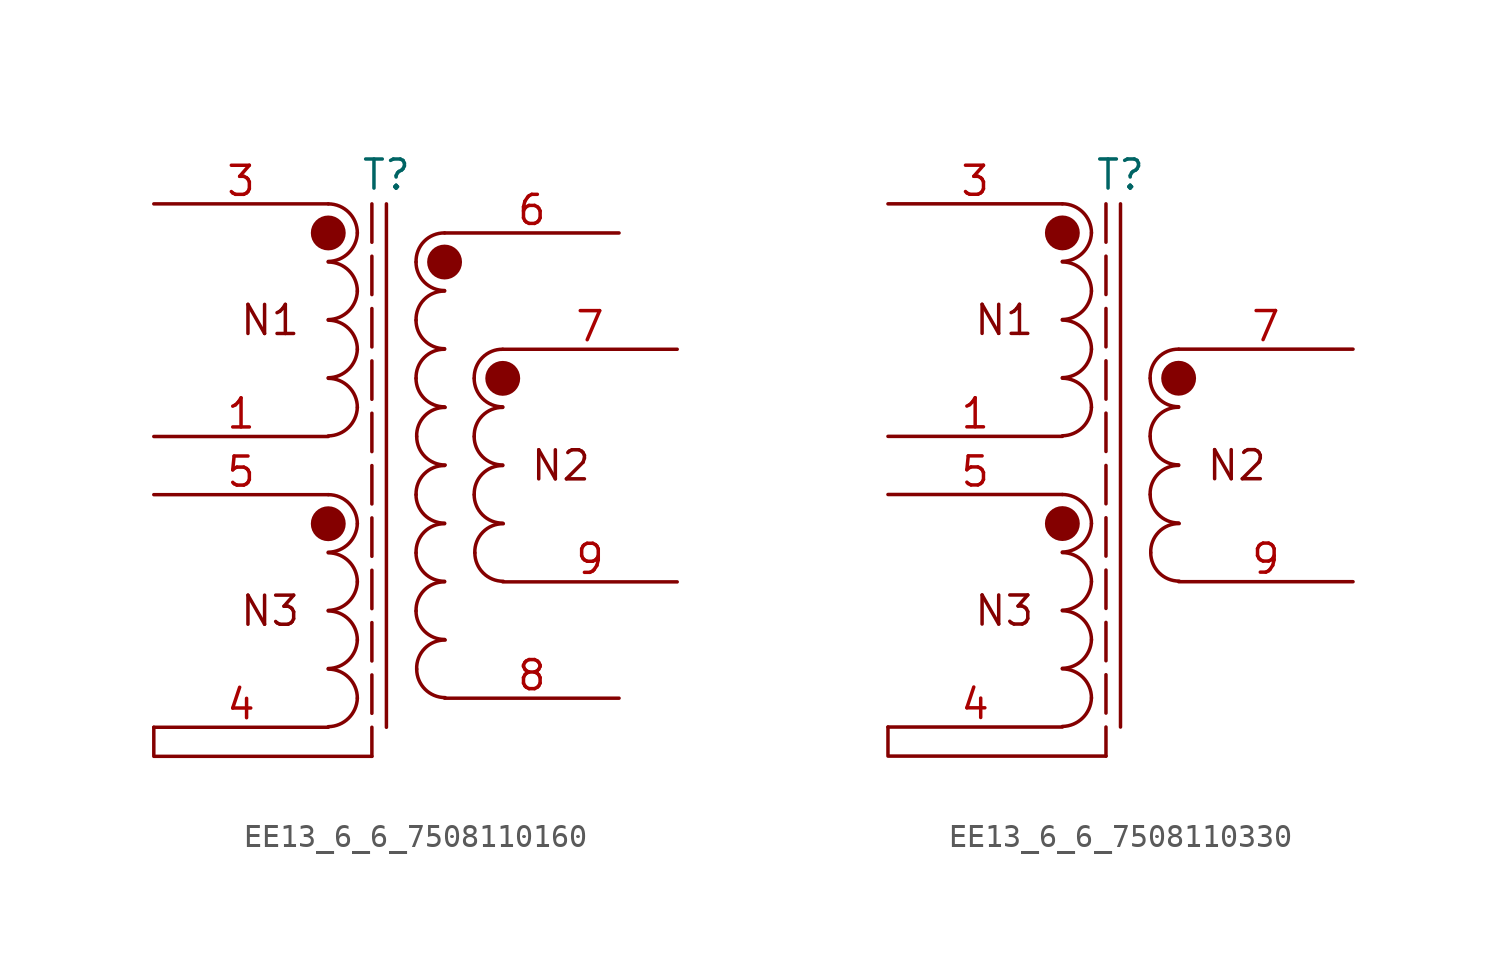
<source format=kicad_sym>
(kicad_symbol_lib
  (version 20220914)
  (generator kicad_symbol_editor)
  (symbol "EE13_6_6_7508110160"
    (pin_names hide)
    (property "Reference" "T"
      (at 0 12.7 0)
      (effects (font (size 1.27 1.27))))
    (symbol "EE13_6_6_7508110160_0_1"
      (arc (start -2.54 -11.4046) (mid -1.6561 -11.0363) (end -1.27 -10.16) (stroke (width 0) (type default)) (fill (type none)))
      (arc (start -2.54 -8.8646) (mid -1.6561 -8.4963) (end -1.27 -7.62) (stroke (width 0) (type default)) (fill (type none)))
      (arc (start -2.54 -6.3246) (mid -1.6561 -5.9563) (end -1.27 -5.08) (stroke (width 0) (type default)) (fill (type none)))
      (arc (start -2.54 -3.7846) (mid -1.6561 -3.4163) (end -1.27 -2.54) (stroke (width 0) (type default)) (fill (type none)))
      (arc (start -2.54 1.2954) (mid -1.6561 1.6637) (end -1.27 2.54) (stroke (width 0) (type default)) (fill (type none)))
      (arc (start -2.54 3.8354) (mid -1.6561 4.2037) (end -1.27 5.08) (stroke (width 0) (type default)) (fill (type none)))
      (arc (start -2.54 6.3754) (mid -1.6561 6.7437) (end -1.27 7.62) (stroke (width 0) (type default)) (fill (type none)))
      (arc (start -2.54 8.9154) (mid -1.6561 9.2837) (end -1.27 10.16) (stroke (width 0) (type default)) (fill (type none)))
      (arc (start -1.27 -10.16) (mid -1.642 -9.262) (end -2.54 -8.89) (stroke (width 0) (type default)) (fill (type none)))
      (arc (start -1.27 -7.62) (mid -1.642 -6.722) (end -2.54 -6.35) (stroke (width 0) (type default)) (fill (type none)))
      (arc (start -1.27 -5.08) (mid -1.642 -4.182) (end -2.54 -3.81) (stroke (width 0) (type default)) (fill (type none)))
      (arc (start -1.27 -2.54) (mid -1.642 -1.642) (end -2.54 -1.27) (stroke (width 0) (type default)) (fill (type none)))
      (arc (start -1.27 2.54) (mid -1.642 3.438) (end -2.54 3.81) (stroke (width 0) (type default)) (fill (type none)))
      (arc (start -1.27 5.08) (mid -1.642 5.978) (end -2.54 6.35) (stroke (width 0) (type default)) (fill (type none)))
      (arc (start -1.27 7.62) (mid -1.642 8.518) (end -2.54 8.89) (stroke (width 0) (type default)) (fill (type none)))
      (arc (start -1.27 10.16) (mid -1.642 11.058) (end -2.54 11.43) (stroke (width 0) (type default)) (fill (type none)))
      (polyline (pts (xy 0 11.43) (xy 0 -11.43)) (stroke (width 0) (type default)) (fill (type none)))
      (polyline (pts (xy -10.16 -11.43) (xy -10.16 -12.7) (xy -0.635 -12.7)) (stroke (width 0) (type default)) (fill (type none)))
      (arc (start 1.2954 -6.35) (mid 1.6599 -7.2301) (end 2.54 -7.5946) (stroke (width 0) (type default)) (fill (type none)))
      (arc (start 1.2954 -3.81) (mid 1.6599 -4.6901) (end 2.54 -5.0546) (stroke (width 0) (type default)) (fill (type none)))
      (arc (start 1.2954 -1.27) (mid 1.6599 -2.1501) (end 2.54 -2.5146) (stroke (width 0) (type default)) (fill (type none)))
      (arc (start 1.2954 3.81) (mid 1.6599 2.9299) (end 2.54 2.5654) (stroke (width 0) (type default)) (fill (type none)))
      (arc (start 1.2954 6.35) (mid 1.6599 5.4699) (end 2.54 5.1054) (stroke (width 0) (type default)) (fill (type none)))
      (arc (start 1.2954 8.89) (mid 1.6599 8.0099) (end 2.54 7.6454) (stroke (width 0) (type default)) (fill (type none)))
      (arc (start 1.3208 -8.89) (mid 1.6853 -9.7703) (end 2.5654 -10.1346) (stroke (width 0) (type default)) (fill (type none)))
      (arc (start 1.3208 1.27) (mid 1.6853 0.3897) (end 2.5654 0.0254) (stroke (width 0) (type default)) (fill (type none)))
      (arc (start 2.54 -5.08) (mid 1.6458 -5.4485) (end 1.2954 -6.35) (stroke (width 0) (type default)) (fill (type none)))
      (arc (start 2.54 -2.54) (mid 1.6458 -2.9085) (end 1.2954 -3.81) (stroke (width 0) (type default)) (fill (type none)))
      (arc (start 2.54 0) (mid 1.6458 -0.3685) (end 1.2954 -1.27) (stroke (width 0) (type default)) (fill (type none)))
      (arc (start 2.54 5.08) (mid 1.6458 4.7115) (end 1.2954 3.81) (stroke (width 0) (type default)) (fill (type none)))
      (arc (start 2.54 7.62) (mid 1.6458 7.2515) (end 1.2954 6.35) (stroke (width 0) (type default)) (fill (type none)))
      (arc (start 2.54 10.16) (mid 1.6458 9.7915) (end 1.2954 8.89) (stroke (width 0) (type default)) (fill (type none)))
      (arc (start 2.5654 -7.62) (mid 1.6709 -7.9883) (end 1.3208 -8.89) (stroke (width 0) (type default)) (fill (type none)))
      (arc (start 2.5654 2.54) (mid 1.6709 2.1717) (end 1.3208 1.27) (stroke (width 0) (type default)) (fill (type none)))
      (arc (start 3.8354 -1.27) (mid 4.1999 -2.1501) (end 5.08 -2.5146) (stroke (width 0) (type default)) (fill (type none)))
      (arc (start 3.8354 1.27) (mid 4.1999 0.3899) (end 5.08 0.0254) (stroke (width 0) (type default)) (fill (type none)))
      (arc (start 3.8354 3.81) (mid 4.1999 2.9299) (end 5.08 2.5654) (stroke (width 0) (type default)) (fill (type none)))
      (arc (start 3.8608 -3.81) (mid 4.2254 -4.6899) (end 5.1054 -5.0546) (stroke (width 0) (type default)) (fill (type none)))
      (arc (start 5.08 0) (mid 4.1858 -0.3685) (end 3.8354 -1.27) (stroke (width 0) (type default)) (fill (type none)))
      (arc (start 5.08 2.54) (mid 4.1858 2.1715) (end 3.8354 1.27) (stroke (width 0) (type default)) (fill (type none)))
      (arc (start 5.08 5.08) (mid 4.1858 4.7115) (end 3.8354 3.81) (stroke (width 0) (type default)) (fill (type none)))
      (arc (start 5.1054 -2.54) (mid 4.2109 -2.9083) (end 3.8608 -3.81) (stroke (width 0) (type default)) (fill (type none))))
    (symbol "EE13_6_6_7508110160_1_1"
      (circle (center -2.54 -2.54) (radius 0.0001) (stroke (width 0.762) (type default)) (fill (type none)))
      (circle (center -2.54 10.16) (radius 0.0001) (stroke (width 0.762) (type default)) (fill (type none)))
      (polyline (pts (xy -0.635 11.43) (xy -0.635 -12.7)) (stroke (width 0) (type dash)) (fill (type none)))
      (circle (center 2.54 8.89) (radius 0.0001) (stroke (width 0.762) (type default)) (fill (type none)))
      (circle (center 5.08 3.81) (radius 0.0001) (stroke (width 0.762) (type default)) (fill (type none)))
      (text "N1" (at -5.08 6.35 0) (effects (font (size 1.27 1.27))))
      (text "N2" (at 7.62 0 0) (effects (font (size 1.27 1.27))))
      (text "N3" (at -5.08 -6.35 0) (effects (font (size 1.27 1.27))))
      (pin passive line (at -10.16 1.27 0) (length 7.62) (name "1" (effects (font (size 1.27 1.27)))) (number "1" (effects (font (size 1.27 1.27)))))
      (pin passive line (at -10.16 11.43 0) (length 7.62) (name "3" (effects (font (size 1.27 1.27)))) (number "3" (effects (font (size 1.27 1.27)))))
      (pin passive line (at -10.16 -11.43 0) (length 7.62) (name "4" (effects (font (size 1.27 1.27)))) (number "4" (effects (font (size 1.27 1.27)))))
      (pin passive line (at -10.16 -1.27 0) (length 7.62) (name "5" (effects (font (size 1.27 1.27)))) (number "5" (effects (font (size 1.27 1.27)))))
      (pin passive line (at 10.16 10.16 180) (length 7.62) (name "6" (effects (font (size 1.27 1.27)))) (number "6" (effects (font (size 1.27 1.27)))))
      (pin passive line (at 12.7 5.08 180) (length 7.62) (name "7" (effects (font (size 1.27 1.27)))) (number "7" (effects (font (size 1.27 1.27)))))
      (pin passive line (at 10.16 -10.16 180) (length 7.62) (name "8" (effects (font (size 1.27 1.27)))) (number "8" (effects (font (size 1.27 1.27)))))
      (pin passive line (at 12.7 -5.08 180) (length 7.62) (name "9" (effects (font (size 1.27 1.27)))) (number "9" (effects (font (size 1.27 1.27)))))))
  (symbol "EE13_6_6_7508110330"
    (pin_names hide)
    (property "Reference" "T"
      (at 0 12.7 0)
      (effects (font (size 1.27 1.27))))
    (symbol "EE13_6_6_7508110330_0_1"
      (arc (start -2.54 -11.4046) (mid -1.6561 -11.0363) (end -1.27 -10.16) (stroke (width 0) (type default)) (fill (type none)))
      (arc (start -2.54 -8.8646) (mid -1.6561 -8.4963) (end -1.27 -7.62) (stroke (width 0) (type default)) (fill (type none)))
      (arc (start -2.54 -6.3246) (mid -1.6561 -5.9563) (end -1.27 -5.08) (stroke (width 0) (type default)) (fill (type none)))
      (arc (start -2.54 -3.7846) (mid -1.6561 -3.4163) (end -1.27 -2.54) (stroke (width 0) (type default)) (fill (type none)))
      (arc (start -2.54 1.2954) (mid -1.6561 1.6637) (end -1.27 2.54) (stroke (width 0) (type default)) (fill (type none)))
      (arc (start -2.54 3.8354) (mid -1.6561 4.2037) (end -1.27 5.08) (stroke (width 0) (type default)) (fill (type none)))
      (arc (start -2.54 6.3754) (mid -1.6561 6.7437) (end -1.27 7.62) (stroke (width 0) (type default)) (fill (type none)))
      (arc (start -2.54 8.9154) (mid -1.6561 9.2837) (end -1.27 10.16) (stroke (width 0) (type default)) (fill (type none)))
      (arc (start -1.27 -10.16) (mid -1.642 -9.262) (end -2.54 -8.89) (stroke (width 0) (type default)) (fill (type none)))
      (arc (start -1.27 -7.62) (mid -1.642 -6.722) (end -2.54 -6.35) (stroke (width 0) (type default)) (fill (type none)))
      (arc (start -1.27 -5.08) (mid -1.642 -4.182) (end -2.54 -3.81) (stroke (width 0) (type default)) (fill (type none)))
      (arc (start -1.27 -2.54) (mid -1.642 -1.642) (end -2.54 -1.27) (stroke (width 0) (type default)) (fill (type none)))
      (arc (start -1.27 2.54) (mid -1.642 3.438) (end -2.54 3.81) (stroke (width 0) (type default)) (fill (type none)))
      (arc (start -1.27 5.08) (mid -1.642 5.978) (end -2.54 6.35) (stroke (width 0) (type default)) (fill (type none)))
      (arc (start -1.27 7.62) (mid -1.642 8.518) (end -2.54 8.89) (stroke (width 0) (type default)) (fill (type none)))
      (arc (start -1.27 10.16) (mid -1.642 11.058) (end -2.54 11.43) (stroke (width 0) (type default)) (fill (type none)))
      (polyline (pts (xy 0 11.43) (xy 0 -11.43)) (stroke (width 0) (type default)) (fill (type none)))
      (polyline (pts (xy -10.16 -11.43) (xy -10.16 -12.7) (xy -0.635 -12.7)) (stroke (width 0) (type default)) (fill (type none)))
      (arc (start 1.2954 -1.27) (mid 1.6599 -2.1501) (end 2.54 -2.5146) (stroke (width 0) (type default)) (fill (type none)))
      (arc (start 1.2954 1.27) (mid 1.6599 0.3899) (end 2.54 0.0254) (stroke (width 0) (type default)) (fill (type none)))
      (arc (start 1.2954 3.81) (mid 1.6599 2.9299) (end 2.54 2.5654) (stroke (width 0) (type default)) (fill (type none)))
      (arc (start 1.3208 -3.81) (mid 1.6853 -4.6903) (end 2.5654 -5.0546) (stroke (width 0) (type default)) (fill (type none)))
      (arc (start 2.54 0) (mid 1.6458 -0.3685) (end 1.2954 -1.27) (stroke (width 0) (type default)) (fill (type none)))
      (arc (start 2.54 2.54) (mid 1.6458 2.1715) (end 1.2954 1.27) (stroke (width 0) (type default)) (fill (type none)))
      (arc (start 2.54 5.08) (mid 1.6458 4.7115) (end 1.2954 3.81) (stroke (width 0) (type default)) (fill (type none)))
      (arc (start 2.5654 -2.54) (mid 1.6709 -2.9083) (end 1.3208 -3.81) (stroke (width 0) (type default)) (fill (type none))))
    (symbol "EE13_6_6_7508110330_1_1"
      (circle (center -2.54 -2.54) (radius 0.0001) (stroke (width 0.762) (type default)) (fill (type none)))
      (circle (center -2.54 10.16) (radius 0.0001) (stroke (width 0.762) (type default)) (fill (type none)))
      (polyline (pts (xy -0.635 11.43) (xy -0.635 -12.7)) (stroke (width 0) (type dash)) (fill (type none)))
      (circle (center 2.54 3.81) (radius 0.0001) (stroke (width 0.762) (type default)) (fill (type none)))
      (text "N1" (at -5.08 6.35 0) (effects (font (size 1.27 1.27))))
      (text "N2" (at 5.08 0 0) (effects (font (size 1.27 1.27))))
      (text "N3" (at -5.08 -6.35 0) (effects (font (size 1.27 1.27))))
      (pin passive line (at -10.16 1.27 0) (length 7.62) (name "1" (effects (font (size 1.27 1.27)))) (number "1" (effects (font (size 1.27 1.27)))))
      (pin passive line (at -10.16 11.43 0) (length 7.62) (name "3" (effects (font (size 1.27 1.27)))) (number "3" (effects (font (size 1.27 1.27)))))
      (pin passive line (at -10.16 -11.43 0) (length 7.62) (name "4" (effects (font (size 1.27 1.27)))) (number "4" (effects (font (size 1.27 1.27)))))
      (pin passive line (at -10.16 -1.27 0) (length 7.62) (name "5" (effects (font (size 1.27 1.27)))) (number "5" (effects (font (size 1.27 1.27)))))
      (pin passive line (at 10.16 5.08 180) (length 7.62) (name "7" (effects (font (size 1.27 1.27)))) (number "7" (effects (font (size 1.27 1.27)))))
      (pin passive line (at 10.16 -5.08 180) (length 7.62) (name "9" (effects (font (size 1.27 1.27)))) (number "9" (effects (font (size 1.27 1.27))))))))
</source>
